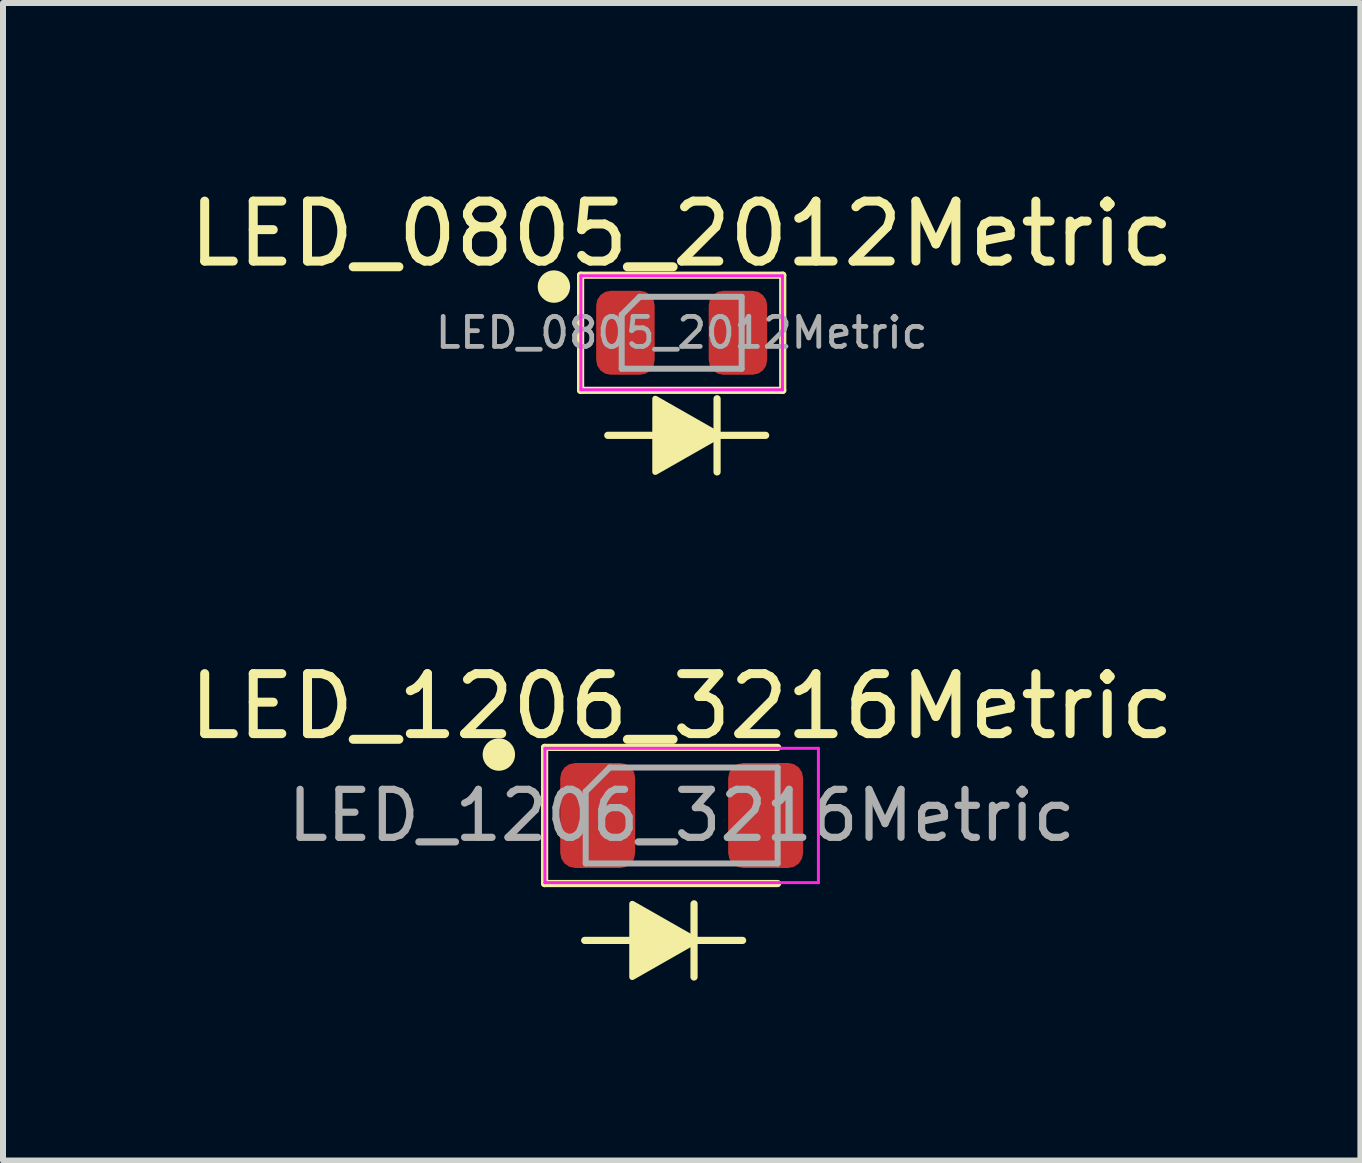
<source format=kicad_pcb>
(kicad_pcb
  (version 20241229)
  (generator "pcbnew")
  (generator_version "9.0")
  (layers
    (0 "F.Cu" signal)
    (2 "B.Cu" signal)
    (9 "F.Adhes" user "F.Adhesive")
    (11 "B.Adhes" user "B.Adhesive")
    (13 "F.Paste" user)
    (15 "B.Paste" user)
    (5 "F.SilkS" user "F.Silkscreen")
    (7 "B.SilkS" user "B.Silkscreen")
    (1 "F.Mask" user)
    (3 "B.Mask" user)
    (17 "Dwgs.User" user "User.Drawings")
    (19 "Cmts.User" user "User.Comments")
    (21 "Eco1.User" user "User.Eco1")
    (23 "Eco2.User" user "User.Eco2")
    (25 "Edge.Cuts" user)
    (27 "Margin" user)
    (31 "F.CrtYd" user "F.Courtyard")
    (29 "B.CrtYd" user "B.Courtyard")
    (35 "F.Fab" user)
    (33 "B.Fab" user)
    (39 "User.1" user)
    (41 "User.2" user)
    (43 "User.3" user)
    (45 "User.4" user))
  (footprint "LED_0805_2012Metric"
    (layer "F.Cu")
    (at 8.315 2.498)
    (property "Reference" "LED_0805_2012Metric" (at 0 -1.65 0) (layer "F.SilkS") (effects (font (size 1 1) (thickness 0.15))))
    (attr smd)
    (fp_line (start -1.685 -0.96) (end -1.685 0.96) (stroke (width 0.12) (type solid)) (layer "F.SilkS"))
    (fp_line (start -1.685 0.96) (end 1.685 0.96) (stroke (width 0.12) (type solid)) (layer "F.SilkS"))
    (fp_line (start -1.232 1.71) (end -0.487 1.71) (stroke (width 0.12) (type solid)) (layer "F.SilkS"))
    (fp_line (start 0.59 1.1) (end 0.59 2.32) (stroke (width 0.12) (type solid)) (layer "F.SilkS"))
    (fp_line (start 0.655 1.71) (end 1.4 1.71) (stroke (width 0.12) (type solid)) (layer "F.SilkS"))
    (fp_line (start 1.685 -0.96) (end -1.685 -0.96) (stroke (width 0.12) (type solid)) (layer "F.SilkS"))
    (fp_line (start 1.685 -0.96) (end 1.685 0.96) (stroke (width 0.12) (type solid)) (layer "F.SilkS"))
    (fp_circle (center -2.13 -0.77) (end -1.92 -0.77) (stroke (width 0.12) (type solid)) (fill yes) (layer "F.SilkS"))
    (fp_poly (pts (xy 0.63 1.71) (xy -0.44 2.32) (xy -0.44 1.1)) (stroke (width 0.1) (type solid)) (fill yes) (layer "F.SilkS"))
    (fp_line (start -1.68 -0.95) (end 1.68 -0.95) (stroke (width 0.05) (type solid)) (layer "F.CrtYd"))
    (fp_line (start -1.68 0.95) (end -1.68 -0.95) (stroke (width 0.05) (type solid)) (layer "F.CrtYd"))
    (fp_line (start 1.68 -0.95) (end 1.68 0.95) (stroke (width 0.05) (type solid)) (layer "F.CrtYd"))
    (fp_line (start 1.68 0.95) (end -1.68 0.95) (stroke (width 0.05) (type solid)) (layer "F.CrtYd"))
    (fp_line (start -1 -0.3) (end -1 0.6) (stroke (width 0.1) (type solid)) (layer "F.Fab"))
    (fp_line (start -1 0.6) (end 1 0.6) (stroke (width 0.1) (type solid)) (layer "F.Fab"))
    (fp_line (start -0.7 -0.6) (end -1 -0.3) (stroke (width 0.1) (type solid)) (layer "F.Fab"))
    (fp_line (start 1 -0.6) (end -0.7 -0.6) (stroke (width 0.1) (type solid)) (layer "F.Fab"))
    (fp_line (start 1 0.6) (end 1 -0.6) (stroke (width 0.1) (type solid)) (layer "F.Fab"))
    (fp_text user "${REFERENCE}" (at 0 0 0) (layer "F.Fab") (effects (font (size 0.5 0.5) (thickness 0.08))))
    (pad "1" smd roundrect (at -0.938 0) (size 0.975 1.4) (layers "F.Cu" "F.Mask" "F.Paste") (roundrect_rratio 0.25))
    (pad "2" smd roundrect (at 0.938 0) (size 0.975 1.4) (layers "F.Cu" "F.Mask" "F.Paste") (roundrect_rratio 0.25)))
  (footprint "LED_1206_3216Metric"
    (layer "F.Cu")
    (at 8.315 10.546)
    (property "Reference" "LED_1206_3216Metric" (at 0 -1.82 0) (layer "F.SilkS") (effects (font (size 1 1) (thickness 0.15))))
    (attr smd)
    (fp_line (start -2.285 -1.135) (end -2.285 1.135) (stroke (width 0.12) (type solid)) (layer "F.SilkS"))
    (fp_line (start -2.285 1.135) (end 1.6 1.135) (stroke (width 0.12) (type solid)) (layer "F.SilkS"))
    (fp_line (start -1.617 2.083) (end -0.872 2.083) (stroke (width 0.12) (type solid)) (layer "F.SilkS"))
    (fp_line (start 0.206 1.473) (end 0.206 2.693) (stroke (width 0.12) (type solid)) (layer "F.SilkS"))
    (fp_line (start 0.271 2.083) (end 1.016 2.083) (stroke (width 0.12) (type solid)) (layer "F.SilkS"))
    (fp_line (start 1.6 -1.135) (end -2.285 -1.135) (stroke (width 0.12) (type solid)) (layer "F.SilkS"))
    (fp_circle (center -3.048 -1.016) (end -2.838 -1.016) (stroke (width 0.12) (type solid)) (fill yes) (layer "F.SilkS"))
    (fp_poly (pts (xy 0.246 2.083) (xy -0.824 2.693) (xy -0.824 1.473)) (stroke (width 0.1) (type solid)) (fill yes) (layer "F.SilkS"))
    (fp_line (start -2.28 -1.12) (end 2.28 -1.12) (stroke (width 0.05) (type solid)) (layer "F.CrtYd"))
    (fp_line (start -2.28 1.12) (end -2.28 -1.12) (stroke (width 0.05) (type solid)) (layer "F.CrtYd"))
    (fp_line (start 2.28 -1.12) (end 2.28 1.12) (stroke (width 0.05) (type solid)) (layer "F.CrtYd"))
    (fp_line (start 2.28 1.12) (end -2.28 1.12) (stroke (width 0.05) (type solid)) (layer "F.CrtYd"))
    (fp_line (start -1.6 -0.4) (end -1.6 0.8) (stroke (width 0.1) (type solid)) (layer "F.Fab"))
    (fp_line (start -1.6 0.8) (end 1.6 0.8) (stroke (width 0.1) (type solid)) (layer "F.Fab"))
    (fp_line (start -1.2 -0.8) (end -1.6 -0.4) (stroke (width 0.1) (type solid)) (layer "F.Fab"))
    (fp_line (start 1.6 -0.8) (end -1.2 -0.8) (stroke (width 0.1) (type solid)) (layer "F.Fab"))
    (fp_line (start 1.6 0.8) (end 1.6 -0.8) (stroke (width 0.1) (type solid)) (layer "F.Fab"))
    (fp_text user "${REFERENCE}" (at 0 0 0) (layer "F.Fab") (effects (font (size 0.8 0.8) (thickness 0.12))))
    (pad "1" smd roundrect (at -1.4 0) (size 1.25 1.75) (layers "F.Cu" "F.Mask" "F.Paste") (roundrect_rratio 0.2))
    (pad "2" smd roundrect (at 1.4 0) (size 1.25 1.75) (layers "F.Cu" "F.Mask" "F.Paste") (roundrect_rratio 0.2)))
  (gr_rect
    (start -3 -3)
    (end 19.631 16.299)
    (stroke (width 0.1) (type default))
    (fill no)
    (layer "Edge.Cuts")))
</source>
